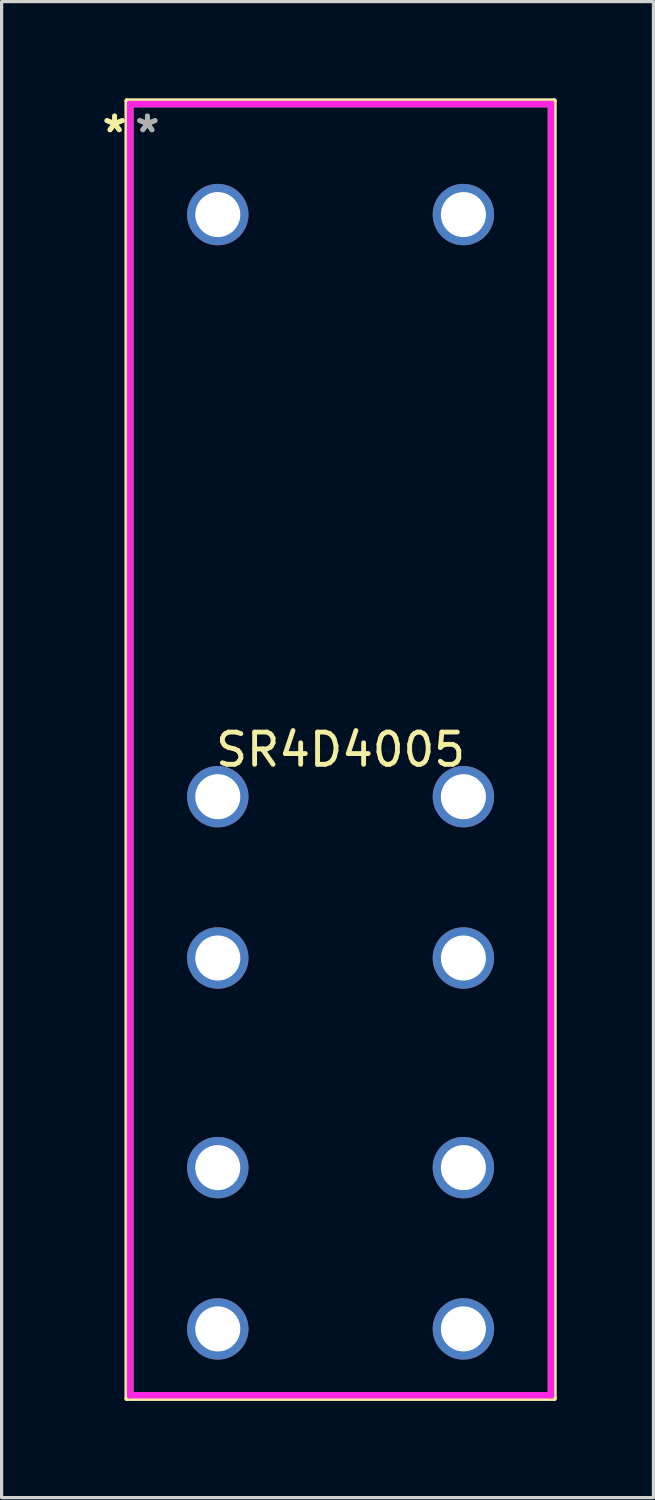
<source format=kicad_pcb>
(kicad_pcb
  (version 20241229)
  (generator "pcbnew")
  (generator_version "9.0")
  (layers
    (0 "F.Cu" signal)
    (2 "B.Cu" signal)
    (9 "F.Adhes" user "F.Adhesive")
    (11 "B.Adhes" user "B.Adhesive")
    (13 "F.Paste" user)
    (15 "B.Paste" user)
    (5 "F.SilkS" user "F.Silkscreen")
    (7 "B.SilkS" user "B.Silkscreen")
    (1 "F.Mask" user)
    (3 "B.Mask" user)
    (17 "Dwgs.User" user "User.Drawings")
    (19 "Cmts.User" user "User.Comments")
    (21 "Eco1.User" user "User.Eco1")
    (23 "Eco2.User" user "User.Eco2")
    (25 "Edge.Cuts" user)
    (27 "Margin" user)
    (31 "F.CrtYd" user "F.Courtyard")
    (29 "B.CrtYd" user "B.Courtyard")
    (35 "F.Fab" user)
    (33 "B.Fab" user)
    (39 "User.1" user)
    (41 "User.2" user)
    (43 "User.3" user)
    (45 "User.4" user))
  (footprint "SR4D4005"
    (layer "F.Cu")
    (at 7.516 20.206)
    (property "Reference" "SR4D4005" (at 0 0 0) (layer "F.SilkS") (effects (font (size 1 1) (thickness 0.15))))
    (attr through_hole)
    (fp_line (start -6.629 -20.13) (end -6.629 20.13) (stroke (width 0.152) (type solid)) (layer "F.SilkS"))
    (fp_line (start -6.629 20.13) (end 6.629 20.13) (stroke (width 0.152) (type solid)) (layer "F.SilkS"))
    (fp_line (start 6.629 -20.13) (end -6.629 -20.13) (stroke (width 0.152) (type solid)) (layer "F.SilkS"))
    (fp_line (start 6.629 20.13) (end 6.629 -20.13) (stroke (width 0.152) (type solid)) (layer "F.SilkS"))
    (fp_line (start -6.553 -20.053) (end 6.553 -20.053) (stroke (width 0.152) (type solid)) (layer "F.CrtYd"))
    (fp_line (start -6.553 20.053) (end -6.553 -20.053) (stroke (width 0.152) (type solid)) (layer "F.CrtYd"))
    (fp_line (start -6.502 -20.003) (end 6.502 -20.003) (stroke (width 0.152) (type solid)) (layer "F.CrtYd"))
    (fp_line (start -6.502 20.003) (end -6.502 -20.003) (stroke (width 0.152) (type solid)) (layer "F.CrtYd"))
    (fp_line (start 6.502 -20.003) (end 6.502 20.003) (stroke (width 0.152) (type solid)) (layer "F.CrtYd"))
    (fp_line (start 6.502 20.003) (end -6.502 20.003) (stroke (width 0.152) (type solid)) (layer "F.CrtYd"))
    (fp_line (start 6.553 -20.053) (end 6.553 20.053) (stroke (width 0.152) (type solid)) (layer "F.CrtYd"))
    (fp_line (start 6.553 20.053) (end -6.553 20.053) (stroke (width 0.152) (type solid)) (layer "F.CrtYd"))
    (fp_line (start -6.502 -20.003) (end -6.502 20.003) (stroke (width 0.152) (type solid)) (layer "F.Fab"))
    (fp_line (start -6.502 20.003) (end 6.502 20.003) (stroke (width 0.152) (type solid)) (layer "F.Fab"))
    (fp_line (start 6.502 -20.003) (end -6.502 -20.003) (stroke (width 0.152) (type solid)) (layer "F.Fab"))
    (fp_line (start 6.502 20.003) (end 6.502 -20.003) (stroke (width 0.152) (type solid)) (layer "F.Fab"))
    (fp_text user "*" (at -7.01 -19.113 0) (layer "F.SilkS") (effects (font (size 1 1) (thickness 0.15))))
    (fp_text user "*" (at -7.01 -19.113 0) (layer "F.SilkS") (effects (font (size 1 1) (thickness 0.15))))
    (fp_text user "Copyright 2016 Accelerated Designs. All rights reserved." (at 0 0 0) (layer "Cmts.User") (effects (font (size 0.127 0.127) (thickness 0.002))))
    (fp_text user "*" (at -5.994 -19.113 0) (layer "F.Fab") (effects (font (size 1 1) (thickness 0.15))))
    (fp_text user "*" (at -5.994 -19.113 0) (layer "F.Fab") (effects (font (size 1 1) (thickness 0.15))))
    (pad "11" thru_hole circle (at -3.81 1.46) (size 1.905 1.905) (drill 1.397) (layers "*.Cu" "*.Mask"))
    (pad "12" thru_hole circle (at -3.81 6.464) (size 1.905 1.905) (drill 1.397) (layers "*.Cu" "*.Mask"))
    (pad "21" thru_hole circle (at 3.81 1.46) (size 1.905 1.905) (drill 1.397) (layers "*.Cu" "*.Mask"))
    (pad "22" thru_hole circle (at 3.81 6.464) (size 1.905 1.905) (drill 1.397) (layers "*.Cu" "*.Mask"))
    (pad "33" thru_hole circle (at -3.81 17.971) (size 1.905 1.905) (drill 1.397) (layers "*.Cu" "*.Mask"))
    (pad "34" thru_hole circle (at -3.81 12.967) (size 1.905 1.905) (drill 1.397) (layers "*.Cu" "*.Mask"))
    (pad "43" thru_hole circle (at 3.81 17.971) (size 1.905 1.905) (drill 1.397) (layers "*.Cu" "*.Mask"))
    (pad "44" thru_hole circle (at 3.81 12.967) (size 1.905 1.905) (drill 1.397) (layers "*.Cu" "*.Mask"))
    (pad "A1" thru_hole circle (at 3.81 -16.599) (size 1.905 1.905) (drill 1.397) (layers "*.Cu" "*.Mask"))
    (pad "A2" thru_hole circle (at -3.81 -16.599) (size 1.905 1.905) (drill 1.397) (layers "*.Cu" "*.Mask")))
  (gr_rect
    (start -3 -3)
    (end 17.222 43.411)
    (stroke (width 0.1) (type default))
    (fill no)
    (layer "Edge.Cuts")))
</source>
